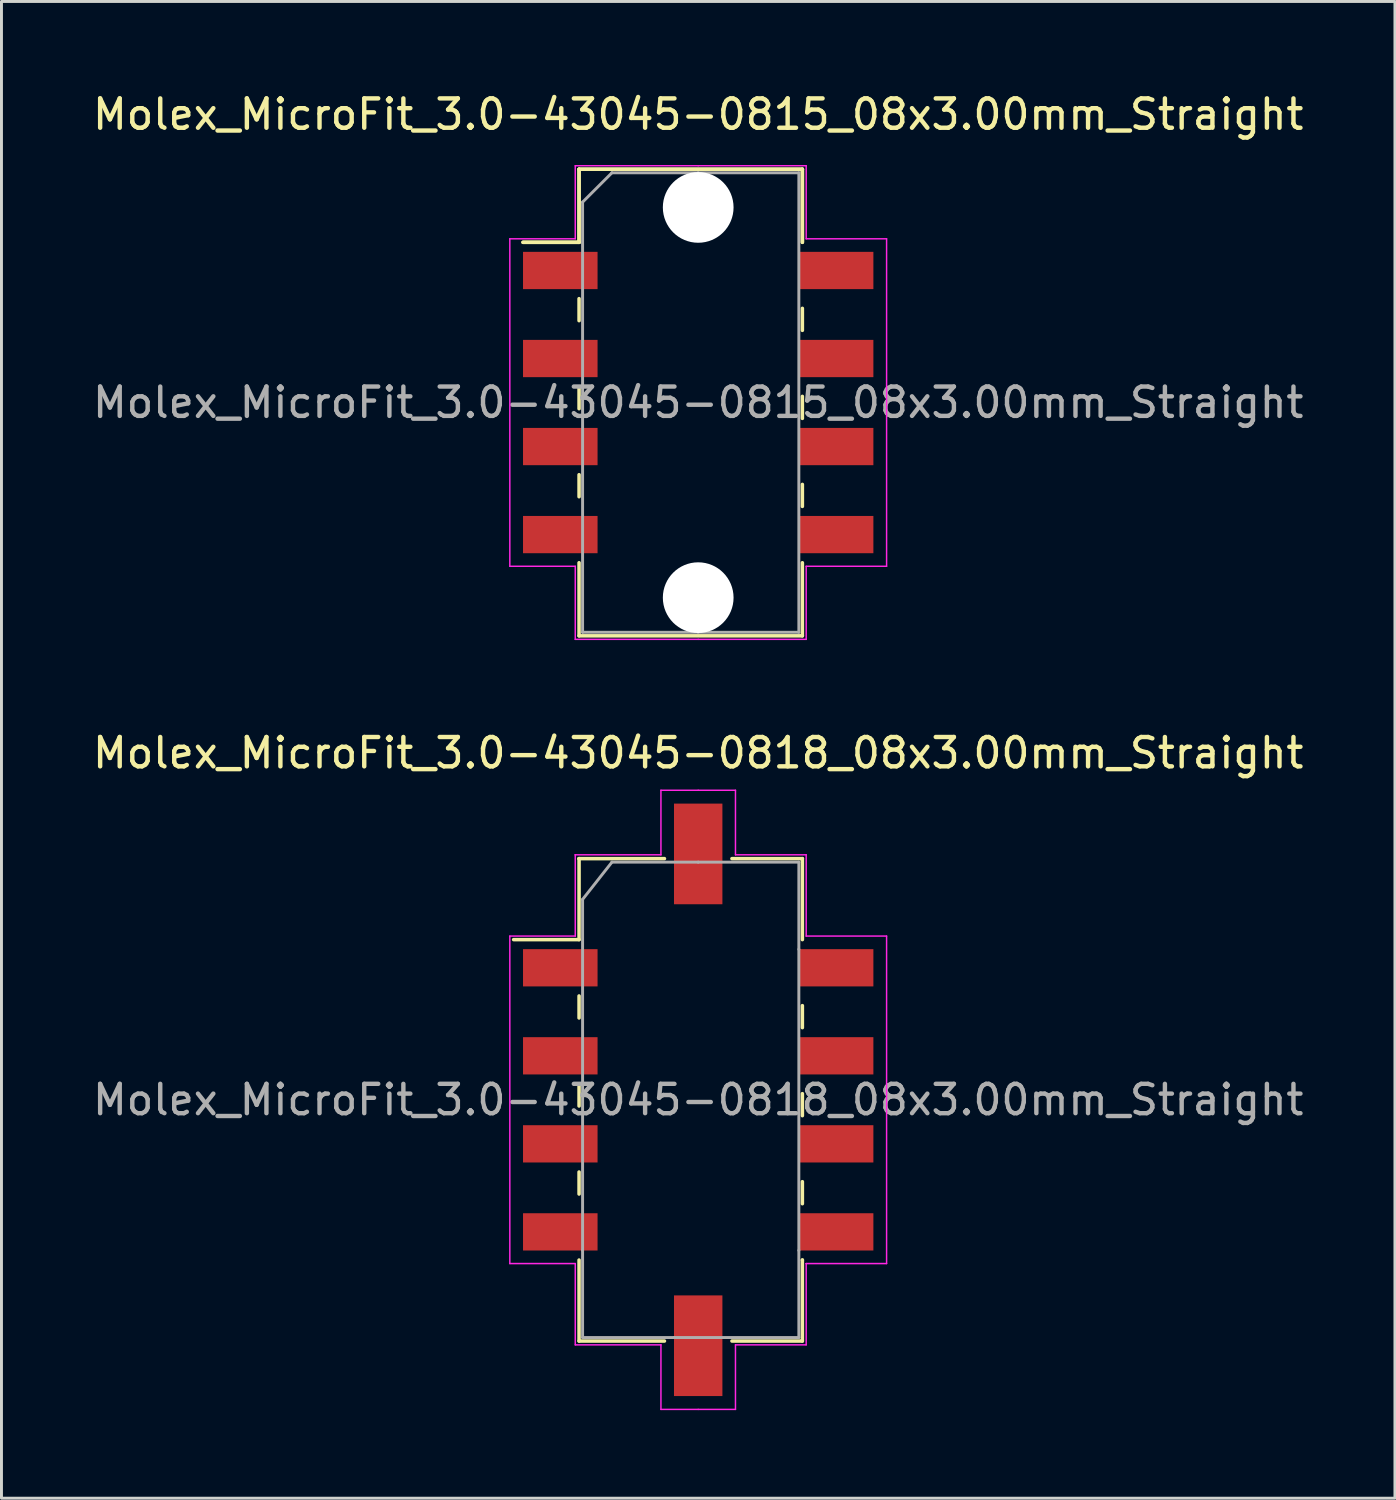
<source format=kicad_pcb>
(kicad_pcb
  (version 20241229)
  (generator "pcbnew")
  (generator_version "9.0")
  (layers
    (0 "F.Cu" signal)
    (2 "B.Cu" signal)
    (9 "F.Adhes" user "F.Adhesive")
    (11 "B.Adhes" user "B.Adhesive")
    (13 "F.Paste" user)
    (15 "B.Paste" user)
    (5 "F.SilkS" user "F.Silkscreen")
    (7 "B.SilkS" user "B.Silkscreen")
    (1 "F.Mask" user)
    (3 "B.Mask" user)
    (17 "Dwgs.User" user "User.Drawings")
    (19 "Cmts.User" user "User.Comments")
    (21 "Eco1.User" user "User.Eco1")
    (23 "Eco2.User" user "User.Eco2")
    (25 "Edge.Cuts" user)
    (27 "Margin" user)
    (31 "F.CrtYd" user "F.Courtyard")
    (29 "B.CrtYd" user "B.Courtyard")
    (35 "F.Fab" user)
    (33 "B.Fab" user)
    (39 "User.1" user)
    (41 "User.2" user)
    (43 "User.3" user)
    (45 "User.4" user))
  (footprint "Molex_MicroFit_3.0-43045-0815_08x3.00mm_Straight"
    (layer "F.Cu")
    (at 20.744 10.668)
    (property "Reference" "Molex_MicroFit_3.0-43045-0815_08x3.00mm_Straight" (at 0 -9.82 0) (layer "F.SilkS") (effects (font (size 1 1) (thickness 0.15))))
    (attr smd)
    (fp_line (start -5.97 -5.46) (end -4.06 -5.46) (stroke (width 0.12) (type solid)) (layer "F.SilkS"))
    (fp_line (start -5.97 -5.46) (end -4.06 -5.46) (stroke (width 0.12) (type solid)) (layer "F.SilkS"))
    (fp_line (start -4.06 -7.95) (end 3.55 -7.95) (stroke (width 0.12) (type solid)) (layer "F.SilkS"))
    (fp_line (start -4.06 -7.95) (end 3.55 -7.95) (stroke (width 0.12) (type solid)) (layer "F.SilkS"))
    (fp_line (start -4.06 -5.46) (end -4.06 -7.95) (stroke (width 0.12) (type solid)) (layer "F.SilkS"))
    (fp_line (start -4.06 -5.46) (end -4.06 -7.95) (stroke (width 0.12) (type solid)) (layer "F.SilkS"))
    (fp_line (start -4.06 -3.54) (end -4.06 -2.79) (stroke (width 0.12) (type solid)) (layer "F.SilkS"))
    (fp_line (start -4.06 -0.54) (end -4.06 0.21) (stroke (width 0.12) (type solid)) (layer "F.SilkS"))
    (fp_line (start -4.06 2.46) (end -4.06 3.21) (stroke (width 0.12) (type solid)) (layer "F.SilkS"))
    (fp_line (start -4.06 7.95) (end -4.06 5.46) (stroke (width 0.12) (type solid)) (layer "F.SilkS"))
    (fp_line (start 3.55 -7.95) (end 3.55 -5.46) (stroke (width 0.12) (type solid)) (layer "F.SilkS"))
    (fp_line (start 3.55 -7.95) (end 3.55 -5.46) (stroke (width 0.12) (type solid)) (layer "F.SilkS"))
    (fp_line (start 3.55 -2.46) (end 3.55 -3.21) (stroke (width 0.12) (type solid)) (layer "F.SilkS"))
    (fp_line (start 3.55 0.54) (end 3.55 -0.21) (stroke (width 0.12) (type solid)) (layer "F.SilkS"))
    (fp_line (start 3.55 3.54) (end 3.55 2.79) (stroke (width 0.12) (type solid)) (layer "F.SilkS"))
    (fp_line (start 3.55 5.46) (end 3.55 7.95) (stroke (width 0.12) (type solid)) (layer "F.SilkS"))
    (fp_line (start 3.55 7.95) (end -4.06 7.95) (stroke (width 0.12) (type solid)) (layer "F.SilkS"))
    (fp_line (start -6.42 -5.58) (end -4.19 -5.58) (stroke (width 0.05) (type solid)) (layer "F.CrtYd"))
    (fp_line (start -6.42 5.58) (end -6.42 -5.58) (stroke (width 0.05) (type solid)) (layer "F.CrtYd"))
    (fp_line (start -4.19 -8.07) (end 0 -8.07) (stroke (width 0.05) (type solid)) (layer "F.CrtYd"))
    (fp_line (start -4.19 -5.58) (end -4.19 -8.07) (stroke (width 0.05) (type solid)) (layer "F.CrtYd"))
    (fp_line (start -4.19 5.58) (end -6.42 5.58) (stroke (width 0.05) (type solid)) (layer "F.CrtYd"))
    (fp_line (start -4.19 8.07) (end -4.19 5.58) (stroke (width 0.05) (type solid)) (layer "F.CrtYd"))
    (fp_line (start 0 -8.07) (end 3.68 -8.07) (stroke (width 0.05) (type solid)) (layer "F.CrtYd"))
    (fp_line (start 0 8.07) (end -4.19 8.07) (stroke (width 0.05) (type solid)) (layer "F.CrtYd"))
    (fp_line (start 3.68 -8.07) (end 3.68 -5.58) (stroke (width 0.05) (type solid)) (layer "F.CrtYd"))
    (fp_line (start 3.68 -5.58) (end 6.42 -5.58) (stroke (width 0.05) (type solid)) (layer "F.CrtYd"))
    (fp_line (start 3.68 5.58) (end 3.68 8.07) (stroke (width 0.05) (type solid)) (layer "F.CrtYd"))
    (fp_line (start 3.68 8.07) (end 0 8.07) (stroke (width 0.05) (type solid)) (layer "F.CrtYd"))
    (fp_line (start 6.42 -5.58) (end 6.42 5.58) (stroke (width 0.05) (type solid)) (layer "F.CrtYd"))
    (fp_line (start 6.42 5.58) (end 3.68 5.58) (stroke (width 0.05) (type solid)) (layer "F.CrtYd"))
    (fp_line (start -3.94 -6.83) (end -2.94 -7.83) (stroke (width 0.1) (type solid)) (layer "F.Fab"))
    (fp_line (start -3.94 7.83) (end -3.94 -6.83) (stroke (width 0.1) (type solid)) (layer "F.Fab"))
    (fp_line (start -2.94 -7.83) (end 0 -7.83) (stroke (width 0.1) (type solid)) (layer "F.Fab"))
    (fp_line (start 0 -7.83) (end 3.43 -7.83) (stroke (width 0.1) (type solid)) (layer "F.Fab"))
    (fp_line (start 0 7.83) (end -3.94 7.83) (stroke (width 0.1) (type solid)) (layer "F.Fab"))
    (fp_line (start 3.43 -7.83) (end 3.43 7.83) (stroke (width 0.1) (type solid)) (layer "F.Fab"))
    (fp_line (start 3.43 7.83) (end 0 7.83) (stroke (width 0.1) (type solid)) (layer "F.Fab"))
    (fp_text user "${REFERENCE}" (at 0 0 0) (layer "F.Fab") (effects (font (size 1 1) (thickness 0.15))))
    (pad "" np_thru_hole circle (at 0 -6.65) (size 2.41 2.41) (drill 2.41) (layers "*.Cu"))
    (pad "" np_thru_hole circle (at 0 6.65) (size 2.41 2.41) (drill 2.41) (layers "*.Cu"))
    (pad "1" smd rect (at -4.7 -4.5) (size 2.54 1.27) (layers "F.Cu" "F.Mask" "F.Paste"))
    (pad "2" smd rect (at -4.7 -1.5) (size 2.54 1.27) (layers "F.Cu" "F.Mask" "F.Paste"))
    (pad "3" smd rect (at -4.7 1.5) (size 2.54 1.27) (layers "F.Cu" "F.Mask" "F.Paste"))
    (pad "4" smd rect (at -4.7 4.5) (size 2.54 1.27) (layers "F.Cu" "F.Mask" "F.Paste"))
    (pad "5" smd rect (at 4.7 4.5) (size 2.54 1.27) (layers "F.Cu" "F.Mask" "F.Paste"))
    (pad "6" smd rect (at 4.7 1.5) (size 2.54 1.27) (layers "F.Cu" "F.Mask" "F.Paste"))
    (pad "7" smd rect (at 4.7 -1.5) (size 2.54 1.27) (layers "F.Cu" "F.Mask" "F.Paste"))
    (pad "8" smd rect (at 4.7 -4.5) (size 2.54 1.27) (layers "F.Cu" "F.Mask" "F.Paste")))
  (footprint "Molex_MicroFit_3.0-43045-0818_08x3.00mm_Straight"
    (layer "F.Cu")
    (at 20.744 34.431)
    (property "Reference" "Molex_MicroFit_3.0-43045-0818_08x3.00mm_Straight" (at 0 -11.82 0) (layer "F.SilkS") (effects (font (size 1 1) (thickness 0.15))))
    (attr smd)
    (fp_line (start -6.29 -5.46) (end -4.06 -5.46) (stroke (width 0.12) (type solid)) (layer "F.SilkS"))
    (fp_line (start -4.06 -8.22) (end -4.06 -8.22) (stroke (width 0.12) (type solid)) (layer "F.SilkS"))
    (fp_line (start -4.06 -8.22) (end -1.15 -8.22) (stroke (width 0.12) (type solid)) (layer "F.SilkS"))
    (fp_line (start -4.06 -5.46) (end -4.06 -8.22) (stroke (width 0.12) (type solid)) (layer "F.SilkS"))
    (fp_line (start -4.06 -3.54) (end -4.06 -2.79) (stroke (width 0.12) (type solid)) (layer "F.SilkS"))
    (fp_line (start -4.06 -0.54) (end -4.06 0.21) (stroke (width 0.12) (type solid)) (layer "F.SilkS"))
    (fp_line (start -4.06 2.46) (end -4.06 3.21) (stroke (width 0.12) (type solid)) (layer "F.SilkS"))
    (fp_line (start -4.06 8.22) (end -4.06 5.46) (stroke (width 0.12) (type solid)) (layer "F.SilkS"))
    (fp_line (start -1.15 8.22) (end -4.06 8.22) (stroke (width 0.12) (type solid)) (layer "F.SilkS"))
    (fp_line (start 1.15 -8.22) (end 3.55 -8.22) (stroke (width 0.12) (type solid)) (layer "F.SilkS"))
    (fp_line (start 3.55 -8.22) (end 3.55 -5.46) (stroke (width 0.12) (type solid)) (layer "F.SilkS"))
    (fp_line (start 3.55 -2.46) (end 3.55 -3.21) (stroke (width 0.12) (type solid)) (layer "F.SilkS"))
    (fp_line (start 3.55 0.54) (end 3.55 -0.21) (stroke (width 0.12) (type solid)) (layer "F.SilkS"))
    (fp_line (start 3.55 3.54) (end 3.55 2.79) (stroke (width 0.12) (type solid)) (layer "F.SilkS"))
    (fp_line (start 3.55 5.46) (end 3.55 5.46) (stroke (width 0.12) (type solid)) (layer "F.SilkS"))
    (fp_line (start 3.55 5.46) (end 3.55 8.22) (stroke (width 0.12) (type solid)) (layer "F.SilkS"))
    (fp_line (start 3.55 8.22) (end 1.15 8.22) (stroke (width 0.12) (type solid)) (layer "F.SilkS"))
    (fp_line (start -6.42 -5.58) (end -4.19 -5.58) (stroke (width 0.05) (type solid)) (layer "F.CrtYd"))
    (fp_line (start -6.42 5.58) (end -6.42 -5.58) (stroke (width 0.05) (type solid)) (layer "F.CrtYd"))
    (fp_line (start -4.19 -8.35) (end -4.19 -8.35) (stroke (width 0.05) (type solid)) (layer "F.CrtYd"))
    (fp_line (start -4.19 -8.35) (end -1.27 -8.35) (stroke (width 0.05) (type solid)) (layer "F.CrtYd"))
    (fp_line (start -4.19 -5.58) (end -4.19 -8.35) (stroke (width 0.05) (type solid)) (layer "F.CrtYd"))
    (fp_line (start -4.19 5.58) (end -6.42 5.58) (stroke (width 0.05) (type solid)) (layer "F.CrtYd"))
    (fp_line (start -4.19 8.35) (end -4.19 5.58) (stroke (width 0.05) (type solid)) (layer "F.CrtYd"))
    (fp_line (start -1.27 -10.55) (end 0 -10.55) (stroke (width 0.05) (type solid)) (layer "F.CrtYd"))
    (fp_line (start -1.27 -8.35) (end -1.27 -10.55) (stroke (width 0.05) (type solid)) (layer "F.CrtYd"))
    (fp_line (start -1.27 8.35) (end -4.19 8.35) (stroke (width 0.05) (type solid)) (layer "F.CrtYd"))
    (fp_line (start -1.27 10.55) (end -1.27 8.35) (stroke (width 0.05) (type solid)) (layer "F.CrtYd"))
    (fp_line (start 0 -10.55) (end 1.27 -10.55) (stroke (width 0.05) (type solid)) (layer "F.CrtYd"))
    (fp_line (start 0 10.55) (end -1.27 10.55) (stroke (width 0.05) (type solid)) (layer "F.CrtYd"))
    (fp_line (start 1.27 -10.55) (end 1.27 -8.35) (stroke (width 0.05) (type solid)) (layer "F.CrtYd"))
    (fp_line (start 1.27 -8.35) (end 3.68 -8.35) (stroke (width 0.05) (type solid)) (layer "F.CrtYd"))
    (fp_line (start 1.27 8.35) (end 1.27 10.55) (stroke (width 0.05) (type solid)) (layer "F.CrtYd"))
    (fp_line (start 1.27 10.55) (end 0 10.55) (stroke (width 0.05) (type solid)) (layer "F.CrtYd"))
    (fp_line (start 3.68 -8.35) (end 3.68 -5.58) (stroke (width 0.05) (type solid)) (layer "F.CrtYd"))
    (fp_line (start 3.68 -5.58) (end 6.42 -5.58) (stroke (width 0.05) (type solid)) (layer "F.CrtYd"))
    (fp_line (start 3.68 5.58) (end 3.68 5.58) (stroke (width 0.05) (type solid)) (layer "F.CrtYd"))
    (fp_line (start 3.68 5.58) (end 3.68 8.35) (stroke (width 0.05) (type solid)) (layer "F.CrtYd"))
    (fp_line (start 3.68 8.35) (end 1.27 8.35) (stroke (width 0.05) (type solid)) (layer "F.CrtYd"))
    (fp_line (start 6.42 -5.58) (end 6.42 5.58) (stroke (width 0.05) (type solid)) (layer "F.CrtYd"))
    (fp_line (start 6.42 5.58) (end 3.68 5.58) (stroke (width 0.05) (type solid)) (layer "F.CrtYd"))
    (fp_line (start -3.94 -6.83) (end -2.94 -8.1) (stroke (width 0.1) (type solid)) (layer "F.Fab"))
    (fp_line (start -3.94 5.13) (end -3.94 -6.83) (stroke (width 0.1) (type solid)) (layer "F.Fab"))
    (fp_line (start -3.94 8.1) (end -3.94 5.13) (stroke (width 0.1) (type solid)) (layer "F.Fab"))
    (fp_line (start -2.94 -8.1) (end 0 -8.1) (stroke (width 0.1) (type solid)) (layer "F.Fab"))
    (fp_line (start -0.82 8.1) (end -3.94 8.1) (stroke (width 0.1) (type solid)) (layer "F.Fab"))
    (fp_line (start 0 -8.1) (end 3.43 -8.1) (stroke (width 0.1) (type solid)) (layer "F.Fab"))
    (fp_line (start 3.43 -8.1) (end 3.43 -5.13) (stroke (width 0.1) (type solid)) (layer "F.Fab"))
    (fp_line (start 3.43 -5.13) (end 3.43 5.13) (stroke (width 0.1) (type solid)) (layer "F.Fab"))
    (fp_line (start 3.43 5.13) (end 3.43 8.1) (stroke (width 0.1) (type solid)) (layer "F.Fab"))
    (fp_line (start 3.43 8.1) (end -0.82 8.1) (stroke (width 0.1) (type solid)) (layer "F.Fab"))
    (fp_text user "${REFERENCE}" (at 0 0 0) (layer "F.Fab") (effects (font (size 1 1) (thickness 0.15))))
    (pad "" smd rect (at 0 -8.38) (size 1.65 3.43) (layers "F.Cu" "F.Mask" "F.Paste"))
    (pad "" smd rect (at 0 8.38) (size 1.65 3.43) (layers "F.Cu" "F.Mask" "F.Paste"))
    (pad "1" smd rect (at -4.7 -4.5) (size 2.54 1.27) (layers "F.Cu" "F.Mask" "F.Paste"))
    (pad "2" smd rect (at -4.7 -1.5) (size 2.54 1.27) (layers "F.Cu" "F.Mask" "F.Paste"))
    (pad "3" smd rect (at -4.7 1.5) (size 2.54 1.27) (layers "F.Cu" "F.Mask" "F.Paste"))
    (pad "4" smd rect (at -4.7 4.5) (size 2.54 1.27) (layers "F.Cu" "F.Mask" "F.Paste"))
    (pad "5" smd rect (at 4.7 4.5) (size 2.54 1.27) (layers "F.Cu" "F.Mask" "F.Paste"))
    (pad "6" smd rect (at 4.7 1.5) (size 2.54 1.27) (layers "F.Cu" "F.Mask" "F.Paste"))
    (pad "7" smd rect (at 4.7 -1.5) (size 2.54 1.27) (layers "F.Cu" "F.Mask" "F.Paste"))
    (pad "8" smd rect (at 4.7 -4.5) (size 2.54 1.27) (layers "F.Cu" "F.Mask" "F.Paste")))
  (gr_rect
    (start -3 -3)
    (end 44.488 48.007)
    (stroke (width 0.1) (type default))
    (fill no)
    (layer "Edge.Cuts")))
</source>
